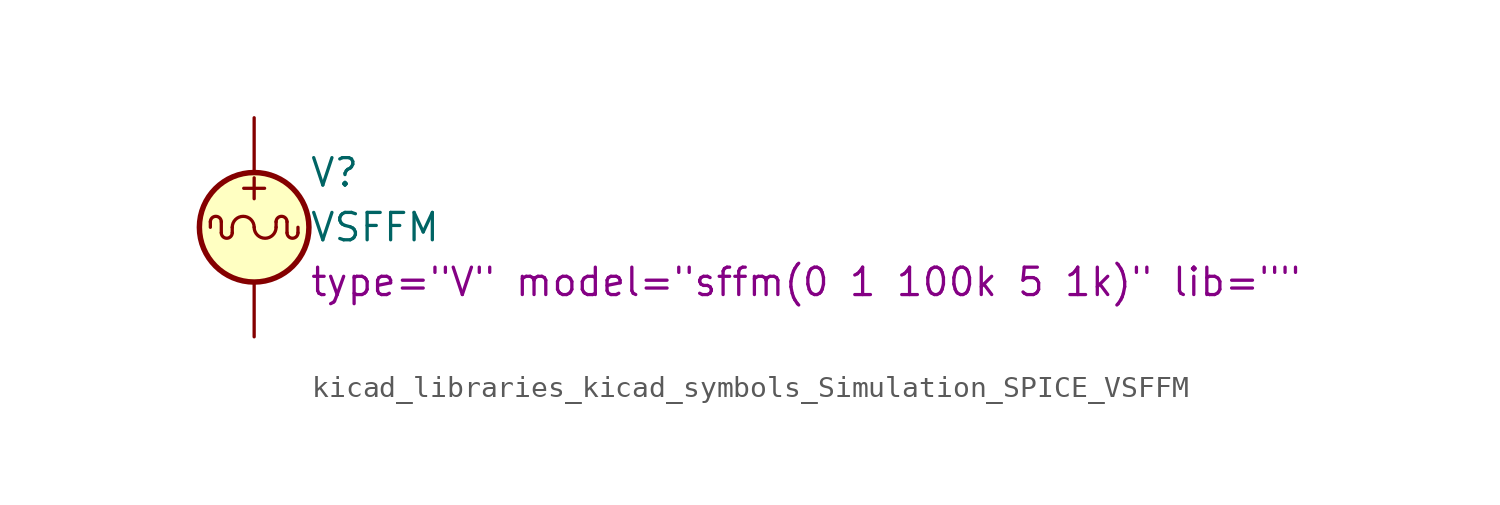
<source format=kicad_sym>
(kicad_symbol_lib
  (version 20220914)
  (generator kicad_symbol_editor)
  (symbol "kicad_libraries_kicad_symbols_Simulation_SPICE_VSFFM"
    (pin_numbers hide)
    (pin_names
      (offset 0.025))
    (property "Reference" "V"
      (at 2.54 2.54 0)
      (effects (font (size 1.27 1.27)) (justify left)))
    (property "Value" "VSFFM"
      (at 2.54 0 0)
      (effects (font (size 1.27 1.27)) (justify left)))
    (property "Sim.Params" "type=\"V\" model=\"sffm(0 1 100k 5 1k)\" lib=\"\""
      (at 2.54 -2.54 0)
      (effects (font (size 1.27 1.27)) (justify left)))
    (symbol "kicad_libraries_kicad_symbols_Simulation_SPICE_VSFFM_0_0"
      (text "+" (at 0 1.905 0) (effects (font (size 1.27 1.27)))))
    (symbol "kicad_libraries_kicad_symbols_Simulation_SPICE_VSFFM_0_1"
      (arc (start -1.524 -0.254) (mid -1.27 -0.5069) (end -1.016 -0.254) (stroke (width 0) (type default)) (fill (type none)))
      (arc (start -1.524 0.254) (mid -1.778 0.5069) (end -2.032 0.254) (stroke (width 0) (type default)) (fill (type none)))
      (arc (start 0 0) (mid -0.508 0.5058) (end -1.016 0) (stroke (width 0) (type default)) (fill (type none)))
      (polyline (pts (xy -2.032 0.254) (xy -2.032 0)) (stroke (width 0) (type default)) (fill (type none)))
      (polyline (pts (xy -1.524 -0.254) (xy -1.524 0.254)) (stroke (width 0) (type default)) (fill (type none)))
      (polyline (pts (xy -1.016 0) (xy -1.016 -0.254)) (stroke (width 0) (type default)) (fill (type none)))
      (polyline (pts (xy 1.016 0.254) (xy 1.016 0)) (stroke (width 0) (type default)) (fill (type none)))
      (polyline (pts (xy 1.524 0.254) (xy 1.524 -0.254)) (stroke (width 0) (type default)) (fill (type none)))
      (polyline (pts (xy 2.032 -0.254) (xy 2.032 0)) (stroke (width 0) (type default)) (fill (type none)))
      (arc (start 0 0) (mid 0.508 -0.5058) (end 1.016 0) (stroke (width 0) (type default)) (fill (type none)))
      (circle (center 0 0) (radius 2.54) (stroke (width 0.254) (type default)) (fill (type background)))
      (arc (start 1.524 -0.254) (mid 1.778 -0.5069) (end 2.032 -0.254) (stroke (width 0) (type default)) (fill (type none)))
      (arc (start 1.524 0.254) (mid 1.27 0.5069) (end 1.016 0.254) (stroke (width 0) (type default)) (fill (type none))))
    (symbol "kicad_libraries_kicad_symbols_Simulation_SPICE_VSFFM_1_1"
      (pin passive line (at 0 5.08 270) (length 2.54) (name "~" (effects (font (size 1.27 1.27)))) (number "1" (effects (font (size 1.27 1.27)))))
      (pin passive line (at 0 -5.08 90) (length 2.54) (name "~" (effects (font (size 1.27 1.27)))) (number "2" (effects (font (size 1.27 1.27))))))))
</source>
